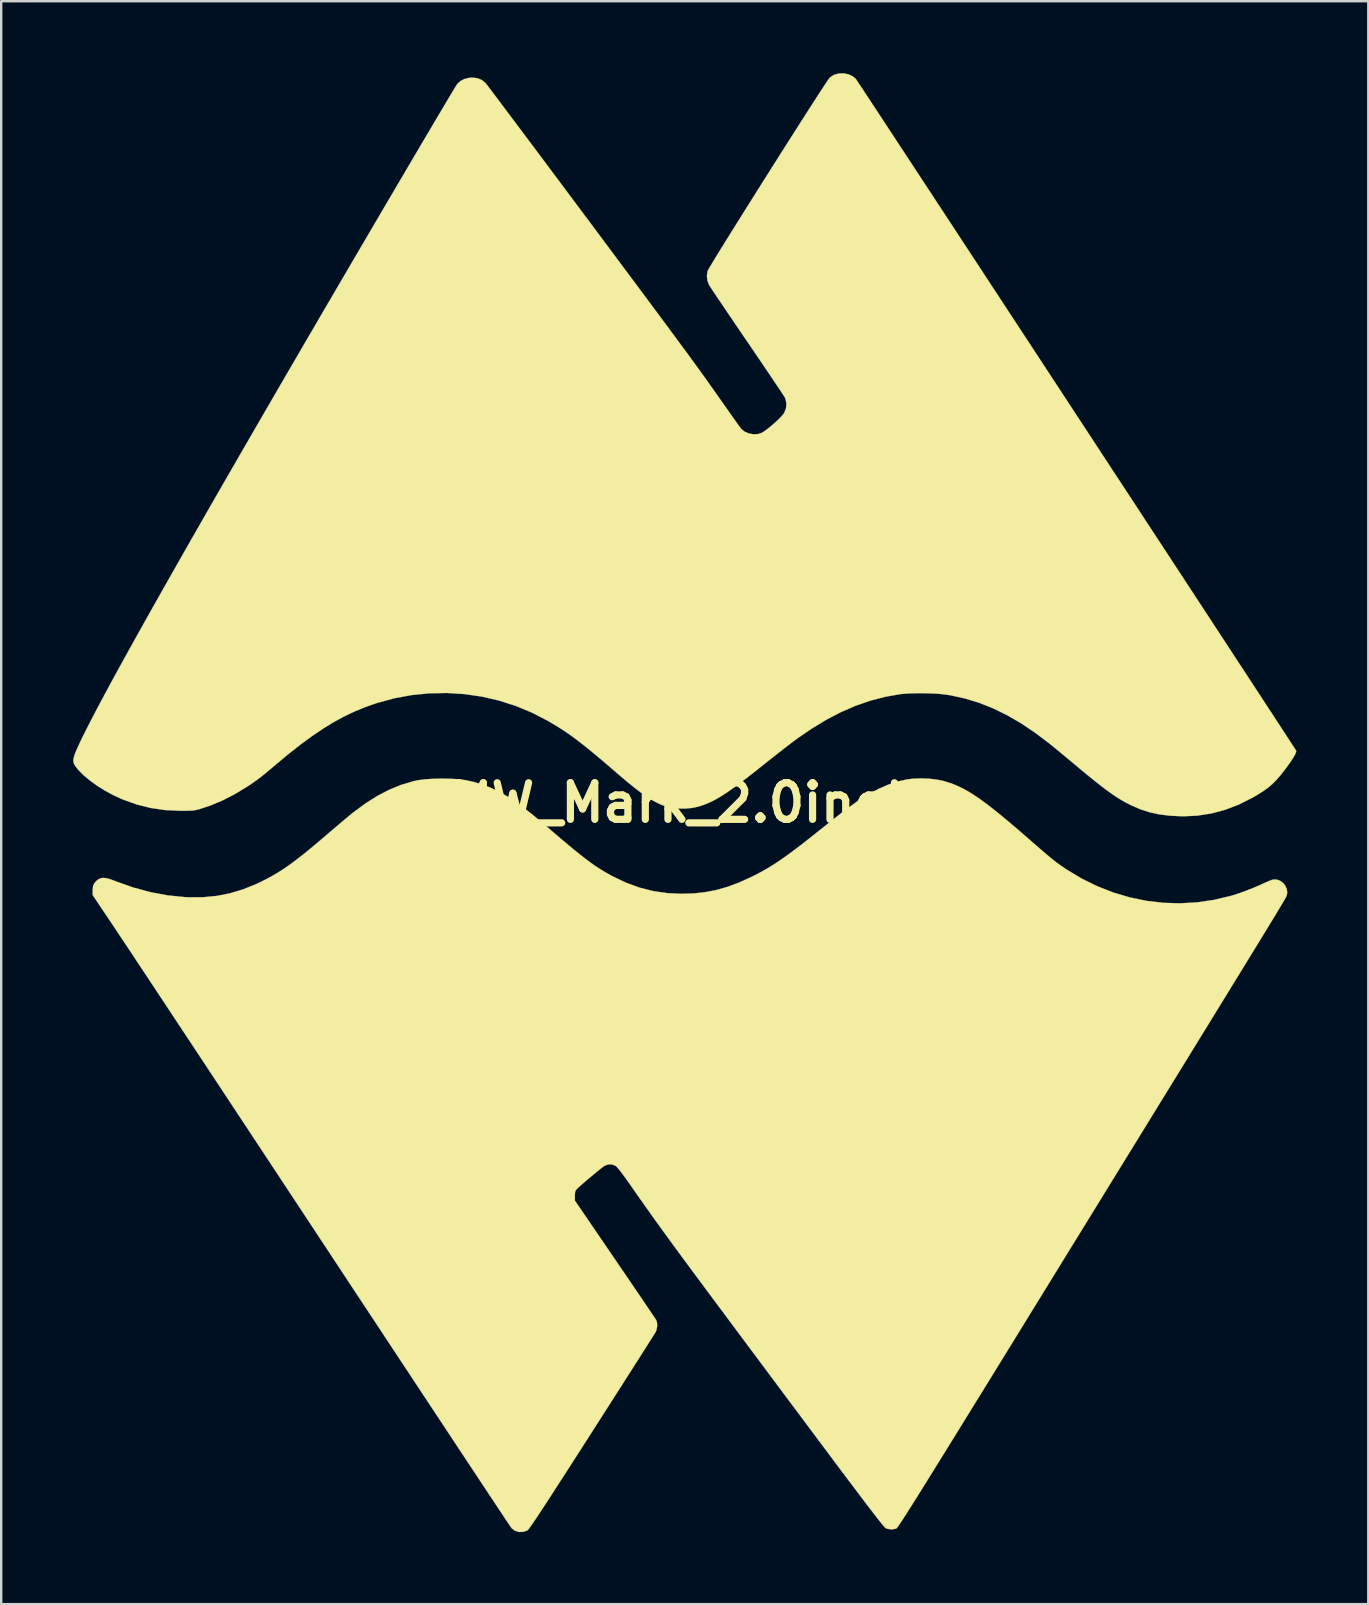
<source format=kicad_pcb>
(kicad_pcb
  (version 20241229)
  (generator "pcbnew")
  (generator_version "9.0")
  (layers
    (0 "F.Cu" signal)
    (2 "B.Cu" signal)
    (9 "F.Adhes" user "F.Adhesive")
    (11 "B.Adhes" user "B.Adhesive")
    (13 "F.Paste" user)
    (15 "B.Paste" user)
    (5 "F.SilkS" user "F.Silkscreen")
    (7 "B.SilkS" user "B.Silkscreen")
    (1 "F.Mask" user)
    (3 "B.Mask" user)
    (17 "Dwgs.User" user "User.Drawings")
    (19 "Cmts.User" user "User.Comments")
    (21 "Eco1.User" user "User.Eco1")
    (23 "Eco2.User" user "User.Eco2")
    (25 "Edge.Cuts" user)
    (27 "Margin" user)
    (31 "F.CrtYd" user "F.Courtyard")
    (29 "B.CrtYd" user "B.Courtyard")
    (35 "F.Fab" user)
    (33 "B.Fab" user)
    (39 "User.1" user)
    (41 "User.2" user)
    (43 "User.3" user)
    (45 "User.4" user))
  (footprint "MW_Mark_2.0inch"
    (layer "F.Cu")
    (at 25.462 30.389)
    (property "Reference" "MW_Mark_2.0inch" (at 0 0 0) (layer "F.SilkS") (effects (font (size 1.524 1.524) (thickness 0.3))))
    (attr through_hole)
    (fp_poly (pts (xy 6.825 -30.345) (xy 7.007 -30.26) (xy 7.134 -30.153) (xy 7.154 -30.124) (xy 7.208 -30.043) (xy 7.295 -29.912) (xy 7.413 -29.734) (xy 7.56 -29.51) (xy 7.736 -29.242) (xy 7.94 -28.933) (xy 8.169 -28.584) (xy 8.424 -28.196) (xy 8.702 -27.773) (xy 9.003 -27.315) (xy 9.324 -26.825) (xy 9.666 -26.305) (xy 10.026 -25.756) (xy 10.404 -25.18) (xy 10.798 -24.58) (xy 11.207 -23.957) (xy 11.629 -23.313) (xy 12.064 -22.65) (xy 12.51 -21.97) (xy 12.966 -21.275) (xy 13.43 -20.567) (xy 13.902 -19.847) (xy 14.381 -19.118) (xy 14.864 -18.381) (xy 15.351 -17.638) (xy 15.84 -16.892) (xy 16.33 -16.144) (xy 16.821 -15.396) (xy 17.31 -14.649) (xy 17.796 -13.907) (xy 18.279 -13.171) (xy 18.757 -12.442) (xy 19.228 -11.722) (xy 19.692 -11.014) (xy 20.147 -10.32) (xy 20.592 -9.641) (xy 21.025 -8.979) (xy 21.446 -8.336) (xy 21.854 -7.714) (xy 22.246 -7.115) (xy 22.622 -6.54) (xy 22.98 -5.993) (xy 23.32 -5.474) (xy 23.64 -4.985) (xy 23.938 -4.529) (xy 24.214 -4.107) (xy 24.466 -3.722) (xy 24.693 -3.374) (xy 24.894 -3.067) (xy 25.067 -2.801) (xy 25.212 -2.579) (xy 25.326 -2.403) (xy 25.41 -2.275) (xy 25.46 -2.196) (xy 25.476 -2.171) (xy 25.475 -2.116) (xy 25.434 -2.016) (xy 25.355 -1.878) (xy 25.242 -1.704) (xy 25.096 -1.5) (xy 25.034 -1.416) (xy 24.84 -1.168) (xy 24.663 -0.962) (xy 24.49 -0.786) (xy 24.307 -0.63) (xy 24.102 -0.483) (xy 23.861 -0.332) (xy 23.629 -0.198) (xy 23.076 0.079) (xy 22.516 0.293) (xy 21.947 0.444) (xy 21.365 0.534) (xy 20.768 0.563) (xy 20.214 0.537) (xy 19.773 0.482) (xy 19.37 0.394) (xy 18.985 0.269) (xy 18.598 0.1) (xy 18.541 0.072) (xy 18.36 -0.022) (xy 18.181 -0.124) (xy 17.996 -0.239) (xy 17.801 -0.37) (xy 17.591 -0.521) (xy 17.358 -0.697) (xy 17.099 -0.901) (xy 16.807 -1.138) (xy 16.476 -1.411) (xy 16.281 -1.575) (xy 16.074 -1.748) (xy 15.865 -1.922) (xy 15.665 -2.088) (xy 15.482 -2.238) (xy 15.328 -2.365) (xy 15.21 -2.46) (xy 15.192 -2.474) (xy 14.594 -2.926) (xy 14.009 -3.318) (xy 13.431 -3.653) (xy 12.856 -3.934) (xy 12.279 -4.163) (xy 11.695 -4.342) (xy 11.1 -4.473) (xy 10.886 -4.508) (xy 10.676 -4.532) (xy 10.421 -4.55) (xy 10.137 -4.561) (xy 9.842 -4.565) (xy 9.553 -4.562) (xy 9.286 -4.552) (xy 9.058 -4.534) (xy 8.976 -4.524) (xy 8.352 -4.414) (xy 7.738 -4.254) (xy 7.13 -4.044) (xy 6.522 -3.78) (xy 5.911 -3.462) (xy 5.291 -3.086) (xy 4.712 -2.69) (xy 4.593 -2.603) (xy 4.435 -2.483) (xy 4.243 -2.336) (xy 4.029 -2.169) (xy 3.799 -1.989) (xy 3.563 -1.803) (xy 3.349 -1.633) (xy 2.961 -1.324) (xy 2.617 -1.054) (xy 2.31 -0.821) (xy 2.037 -0.619) (xy 1.792 -0.448) (xy 1.571 -0.303) (xy 1.369 -0.181) (xy 1.181 -0.079) (xy 1.003 0.005) (xy 0.829 0.075) (xy 0.654 0.135) (xy 0.556 0.164) (xy 0.316 0.214) (xy 0.046 0.239) (xy -0.232 0.24) (xy -0.495 0.216) (xy -0.722 0.167) (xy -0.732 0.164) (xy -0.929 0.095) (xy -1.127 0.007) (xy -1.333 -0.102) (xy -1.552 -0.238) (xy -1.79 -0.404) (xy -2.052 -0.603) (xy -2.346 -0.84) (xy -2.675 -1.119) (xy -2.766 -1.196) (xy -3.145 -1.523) (xy -3.483 -1.812) (xy -3.786 -2.065) (xy -4.059 -2.289) (xy -4.308 -2.486) (xy -4.539 -2.662) (xy -4.756 -2.821) (xy -4.967 -2.966) (xy -5.176 -3.103) (xy -5.39 -3.235) (xy -5.613 -3.367) (xy -5.702 -3.419) (xy -6.356 -3.757) (xy -7.034 -4.037) (xy -7.731 -4.26) (xy -8.444 -4.424) (xy -9.168 -4.529) (xy -9.9 -4.575) (xy -10.634 -4.561) (xy -11.366 -4.487) (xy -12.093 -4.353) (xy -12.811 -4.157) (xy -12.837 -4.149) (xy -13.29 -3.99) (xy -13.733 -3.808) (xy -14.172 -3.6) (xy -14.611 -3.361) (xy -15.058 -3.087) (xy -15.519 -2.776) (xy -15.997 -2.424) (xy -16.501 -2.028) (xy -17.035 -1.583) (xy -17.061 -1.561) (xy -17.289 -1.368) (xy -17.482 -1.208) (xy -17.653 -1.072) (xy -17.815 -0.95) (xy -17.979 -0.833) (xy -18.159 -0.712) (xy -18.241 -0.658) (xy -18.735 -0.359) (xy -19.242 -0.099) (xy -19.75 0.114) (xy -20.196 0.262) (xy -20.297 0.288) (xy -20.392 0.308) (xy -20.494 0.321) (xy -20.617 0.328) (xy -20.774 0.332) (xy -20.978 0.332) (xy -21.023 0.332) (xy -21.641 0.302) (xy -22.236 0.215) (xy -22.817 0.069) (xy -23.394 -0.137) (xy -23.458 -0.164) (xy -23.803 -0.324) (xy -24.141 -0.508) (xy -24.464 -0.71) (xy -24.76 -0.923) (xy -25.02 -1.14) (xy -25.235 -1.354) (xy -25.354 -1.499) (xy -25.424 -1.61) (xy -25.457 -1.713) (xy -25.454 -1.826) (xy -25.415 -1.968) (xy -25.388 -2.044) (xy -25.307 -2.241) (xy -25.193 -2.491) (xy -25.047 -2.794) (xy -24.868 -3.151) (xy -24.657 -3.561) (xy -24.415 -4.023) (xy -24.14 -4.537) (xy -23.834 -5.102) (xy -23.497 -5.719) (xy -23.128 -6.386) (xy -22.729 -7.103) (xy -22.3 -7.871) (xy -21.84 -8.687) (xy -21.349 -9.553) (xy -20.829 -10.468) (xy -20.28 -11.43) (xy -19.701 -12.441) (xy -19.092 -13.499) (xy -18.455 -14.603) (xy -17.789 -15.755) (xy -17.095 -16.952) (xy -16.372 -18.196) (xy -15.621 -19.485) (xy -15.364 -19.925) (xy -15.038 -20.485) (xy -14.706 -21.051) (xy -14.372 -21.623) (xy -14.036 -22.197) (xy -13.7 -22.77) (xy -13.366 -23.34) (xy -13.035 -23.904) (xy -12.709 -24.46) (xy -12.39 -25.004) (xy -12.079 -25.533) (xy -11.777 -26.046) (xy -11.487 -26.539) (xy -11.209 -27.01) (xy -10.946 -27.456) (xy -10.699 -27.874) (xy -10.47 -28.262) (xy -10.26 -28.617) (xy -10.071 -28.935) (xy -9.905 -29.215) (xy -9.763 -29.454) (xy -9.646 -29.648) (xy -9.557 -29.796) (xy -9.496 -29.894) (xy -9.466 -29.94) (xy -9.466 -29.94) (xy -9.341 -30.059) (xy -9.174 -30.146) (xy -8.98 -30.196) (xy -8.85 -30.206) (xy -8.633 -30.183) (xy -8.453 -30.113) (xy -8.3 -29.992) (xy -8.288 -29.979) (xy -8.259 -29.943) (xy -8.194 -29.859) (xy -8.095 -29.728) (xy -7.964 -29.554) (xy -7.802 -29.339) (xy -7.611 -29.085) (xy -7.394 -28.796) (xy -7.152 -28.473) (xy -6.887 -28.12) (xy -6.601 -27.737) (xy -6.295 -27.33) (xy -5.973 -26.898) (xy -5.635 -26.446) (xy -5.284 -25.976) (xy -4.921 -25.49) (xy -4.549 -24.991) (xy -4.486 -24.907) (xy -3.973 -24.219) (xy -3.496 -23.58) (xy -3.054 -22.987) (xy -2.645 -22.438) (xy -2.267 -21.93) (xy -1.918 -21.462) (xy -1.597 -21.031) (xy -1.302 -20.634) (xy -1.031 -20.269) (xy -0.783 -19.934) (xy -0.555 -19.626) (xy -0.346 -19.343) (xy -0.154 -19.083) (xy 0.023 -18.844) (xy 0.186 -18.622) (xy 0.336 -18.416) (xy 0.477 -18.222) (xy 0.609 -18.04) (xy 0.734 -17.866) (xy 0.855 -17.699) (xy 0.972 -17.535) (xy 1.087 -17.372) (xy 1.203 -17.209) (xy 1.321 -17.042) (xy 1.442 -16.869) (xy 1.569 -16.688) (xy 1.654 -16.567) (xy 1.807 -16.35) (xy 1.951 -16.146) (xy 2.081 -15.963) (xy 2.192 -15.807) (xy 2.281 -15.684) (xy 2.342 -15.602) (xy 2.368 -15.568) (xy 2.503 -15.46) (xy 2.675 -15.386) (xy 2.864 -15.35) (xy 3.052 -15.358) (xy 3.199 -15.402) (xy 3.301 -15.461) (xy 3.432 -15.555) (xy 3.58 -15.672) (xy 3.733 -15.803) (xy 3.88 -15.937) (xy 4.007 -16.064) (xy 4.104 -16.172) (xy 4.151 -16.238) (xy 4.226 -16.426) (xy 4.246 -16.623) (xy 4.209 -16.813) (xy 4.178 -16.886) (xy 4.15 -16.931) (xy 4.089 -17.025) (xy 3.998 -17.163) (xy 3.879 -17.341) (xy 3.735 -17.555) (xy 3.569 -17.802) (xy 3.384 -18.076) (xy 3.183 -18.374) (xy 2.967 -18.691) (xy 2.741 -19.025) (xy 2.593 -19.241) (xy 2.361 -19.581) (xy 2.139 -19.909) (xy 1.929 -20.219) (xy 1.733 -20.507) (xy 1.555 -20.771) (xy 1.398 -21.004) (xy 1.263 -21.204) (xy 1.155 -21.367) (xy 1.075 -21.487) (xy 1.027 -21.562) (xy 1.014 -21.584) (xy 0.952 -21.759) (xy 0.933 -21.955) (xy 0.96 -22.142) (xy 0.963 -22.153) (xy 0.986 -22.199) (xy 1.041 -22.295) (xy 1.125 -22.436) (xy 1.236 -22.62) (xy 1.373 -22.843) (xy 1.532 -23.101) (xy 1.711 -23.39) (xy 1.908 -23.707) (xy 2.121 -24.047) (xy 2.347 -24.408) (xy 2.584 -24.786) (xy 2.829 -25.176) (xy 3.081 -25.576) (xy 3.336 -25.981) (xy 3.593 -26.388) (xy 3.85 -26.793) (xy 4.103 -27.193) (xy 4.351 -27.583) (xy 4.591 -27.96) (xy 4.821 -28.321) (xy 5.039 -28.662) (xy 5.242 -28.978) (xy 5.428 -29.267) (xy 5.594 -29.524) (xy 5.739 -29.747) (xy 5.86 -29.931) (xy 5.954 -30.072) (xy 6.02 -30.167) (xy 6.055 -30.212) (xy 6.057 -30.214) (xy 6.226 -30.32) (xy 6.42 -30.376) (xy 6.625 -30.384) (xy 6.825 -30.345)) (stroke (width 0.01) (type solid)) (fill yes) (layer "F.SilkS"))
    (fp_poly (pts (xy 10.166 -1.005) (xy 10.47 -0.973) (xy 10.74 -0.921) (xy 10.79 -0.908) (xy 11 -0.845) (xy 11.205 -0.772) (xy 11.41 -0.685) (xy 11.619 -0.583) (xy 11.836 -0.462) (xy 12.064 -0.319) (xy 12.31 -0.152) (xy 12.575 0.042) (xy 12.865 0.266) (xy 13.183 0.522) (xy 13.534 0.815) (xy 13.922 1.145) (xy 14.35 1.517) (xy 14.419 1.577) (xy 14.678 1.804) (xy 14.898 1.994) (xy 15.083 2.152) (xy 15.243 2.285) (xy 15.383 2.398) (xy 15.511 2.497) (xy 15.634 2.586) (xy 15.758 2.673) (xy 15.891 2.762) (xy 15.919 2.781) (xy 16.549 3.159) (xy 17.199 3.478) (xy 17.867 3.739) (xy 18.549 3.941) (xy 19.241 4.084) (xy 19.94 4.166) (xy 20.643 4.187) (xy 21.347 4.147) (xy 22.048 4.045) (xy 22.742 3.881) (xy 22.806 3.863) (xy 23.079 3.776) (xy 23.384 3.666) (xy 23.7 3.541) (xy 24.003 3.41) (xy 24.102 3.365) (xy 24.24 3.303) (xy 24.366 3.249) (xy 24.463 3.212) (xy 24.505 3.2) (xy 24.659 3.196) (xy 24.803 3.244) (xy 24.929 3.335) (xy 25.027 3.457) (xy 25.088 3.599) (xy 25.105 3.751) (xy 25.073 3.886) (xy 25.065 3.904) (xy 25.052 3.929) (xy 25.033 3.964) (xy 25.008 4.009) (xy 24.975 4.066) (xy 24.934 4.136) (xy 24.883 4.221) (xy 24.823 4.322) (xy 24.752 4.44) (xy 24.67 4.577) (xy 24.575 4.733) (xy 24.467 4.911) (xy 24.345 5.112) (xy 24.208 5.336) (xy 24.055 5.586) (xy 23.886 5.863) (xy 23.699 6.167) (xy 23.494 6.502) (xy 23.27 6.867) (xy 23.027 7.264) (xy 22.762 7.694) (xy 22.476 8.16) (xy 22.168 8.661) (xy 21.837 9.201) (xy 21.481 9.779) (xy 21.101 10.397) (xy 20.695 11.057) (xy 20.262 11.76) (xy 19.802 12.507) (xy 19.315 13.3) (xy 18.798 14.14) (xy 18.251 15.028) (xy 17.673 15.966) (xy 17.065 16.955) (xy 16.424 17.996) (xy 16.212 18.339) (xy 15.619 19.302) (xy 15.059 20.213) (xy 14.529 21.072) (xy 14.031 21.882) (xy 13.562 22.643) (xy 13.122 23.357) (xy 12.71 24.026) (xy 12.325 24.65) (xy 11.965 25.232) (xy 11.632 25.773) (xy 11.322 26.275) (xy 11.035 26.738) (xy 10.771 27.164) (xy 10.529 27.556) (xy 10.307 27.913) (xy 10.105 28.238) (xy 9.922 28.532) (xy 9.756 28.797) (xy 9.608 29.034) (xy 9.476 29.245) (xy 9.358 29.43) (xy 9.256 29.592) (xy 9.166 29.732) (xy 9.089 29.851) (xy 9.023 29.951) (xy 8.968 30.033) (xy 8.923 30.099) (xy 8.886 30.15) (xy 8.858 30.188) (xy 8.836 30.214) (xy 8.821 30.229) (xy 8.811 30.235) (xy 8.627 30.268) (xy 8.448 30.24) (xy 8.387 30.216) (xy 8.368 30.202) (xy 8.338 30.172) (xy 8.294 30.123) (xy 8.237 30.056) (xy 8.164 29.966) (xy 8.074 29.853) (xy 7.966 29.714) (xy 7.838 29.549) (xy 7.689 29.354) (xy 7.517 29.129) (xy 7.321 28.87) (xy 7.1 28.577) (xy 6.852 28.248) (xy 6.576 27.88) (xy 6.27 27.473) (xy 5.934 27.023) (xy 5.565 26.529) (xy 5.162 25.99) (xy 4.724 25.403) (xy 4.283 24.813) (xy 3.754 24.104) (xy 3.262 23.443) (xy 2.804 22.829) (xy 2.378 22.259) (xy 1.984 21.73) (xy 1.62 21.24) (xy 1.282 20.787) (xy 0.971 20.368) (xy 0.683 19.981) (xy 0.418 19.623) (xy 0.173 19.292) (xy -0.053 18.986) (xy -0.262 18.702) (xy -0.456 18.438) (xy -0.636 18.191) (xy -0.805 17.959) (xy -0.964 17.741) (xy -1.114 17.532) (xy -1.259 17.331) (xy -1.398 17.136) (xy -1.535 16.943) (xy -1.671 16.752) (xy -1.807 16.558) (xy -1.946 16.361) (xy -2.088 16.157) (xy -2.237 15.944) (xy -2.313 15.835) (xy -2.456 15.633) (xy -2.587 15.455) (xy -2.7 15.308) (xy -2.79 15.2) (xy -2.851 15.136) (xy -2.863 15.127) (xy -3.009 15.065) (xy -3.166 15.06) (xy -3.32 15.113) (xy -3.356 15.136) (xy -3.425 15.187) (xy -3.53 15.27) (xy -3.662 15.377) (xy -3.811 15.5) (xy -3.966 15.63) (xy -4.118 15.759) (xy -4.257 15.879) (xy -4.373 15.981) (xy -4.456 16.056) (xy -4.488 16.088) (xy -4.534 16.149) (xy -4.558 16.219) (xy -4.567 16.32) (xy -4.568 16.371) (xy -4.568 16.567) (xy -2.892 19.022) (xy -2.649 19.378) (xy -2.416 19.72) (xy -2.195 20.045) (xy -1.989 20.348) (xy -1.8 20.625) (xy -1.632 20.874) (xy -1.486 21.089) (xy -1.365 21.268) (xy -1.272 21.406) (xy -1.209 21.5) (xy -1.179 21.546) (xy -1.177 21.549) (xy -1.142 21.669) (xy -1.14 21.815) (xy -1.17 21.962) (xy -1.203 22.042) (xy -1.228 22.083) (xy -1.285 22.175) (xy -1.373 22.314) (xy -1.489 22.497) (xy -1.631 22.722) (xy -1.799 22.986) (xy -1.989 23.284) (xy -2.2 23.615) (xy -2.43 23.975) (xy -2.676 24.362) (xy -2.938 24.771) (xy -3.212 25.201) (xy -3.498 25.648) (xy -3.793 26.108) (xy -3.858 26.21) (xy -4.229 26.79) (xy -4.568 27.317) (xy -4.874 27.794) (xy -5.151 28.223) (xy -5.398 28.606) (xy -5.617 28.945) (xy -5.81 29.241) (xy -5.977 29.496) (xy -6.12 29.713) (xy -6.24 29.892) (xy -6.339 30.037) (xy -6.417 30.149) (xy -6.475 30.229) (xy -6.516 30.28) (xy -6.54 30.304) (xy -6.541 30.305) (xy -6.711 30.367) (xy -6.884 30.374) (xy -6.923 30.366) (xy -7.075 30.312) (xy -7.194 30.221) (xy -7.212 30.201) (xy -7.234 30.17) (xy -7.29 30.087) (xy -7.379 29.955) (xy -7.499 29.774) (xy -7.65 29.547) (xy -7.83 29.276) (xy -8.038 28.962) (xy -8.273 28.606) (xy -8.535 28.211) (xy -8.821 27.779) (xy -9.131 27.31) (xy -9.464 26.807) (xy -9.818 26.272) (xy -10.192 25.705) (xy -10.586 25.11) (xy -10.998 24.487) (xy -11.426 23.838) (xy -11.871 23.165) (xy -12.33 22.47) (xy -12.802 21.754) (xy -13.287 21.02) (xy -13.784 20.268) (xy -14.29 19.501) (xy -14.805 18.72) (xy -14.976 18.461) (xy -15.503 17.662) (xy -16.026 16.87) (xy -16.542 16.088) (xy -17.051 15.316) (xy -17.552 14.558) (xy -18.042 13.815) (xy -18.522 13.089) (xy -18.988 12.383) (xy -19.441 11.697) (xy -19.878 11.035) (xy -20.299 10.398) (xy -20.702 9.789) (xy -21.086 9.208) (xy -21.449 8.659) (xy -21.791 8.142) (xy -22.109 7.661) (xy -22.403 7.217) (xy -22.671 6.813) (xy -22.911 6.449) (xy -23.124 6.129) (xy -23.306 5.854) (xy -23.458 5.626) (xy -23.577 5.447) (xy -23.662 5.319) (xy -23.662 5.319) (xy -24.652 3.842) (xy -24.652 3.642) (xy -24.638 3.48) (xy -24.588 3.356) (xy -24.494 3.25) (xy -24.439 3.205) (xy -24.349 3.153) (xy -24.249 3.128) (xy -24.13 3.132) (xy -23.981 3.165) (xy -23.793 3.229) (xy -23.681 3.273) (xy -22.966 3.527) (xy -22.247 3.722) (xy -21.528 3.856) (xy -20.814 3.928) (xy -20.641 3.936) (xy -20.049 3.933) (xy -19.482 3.878) (xy -18.929 3.769) (xy -18.382 3.604) (xy -17.831 3.381) (xy -17.618 3.279) (xy -17.371 3.154) (xy -17.134 3.024) (xy -16.902 2.885) (xy -16.666 2.733) (xy -16.421 2.562) (xy -16.161 2.368) (xy -15.879 2.148) (xy -15.569 1.895) (xy -15.224 1.606) (xy -14.948 1.37) (xy -14.736 1.189) (xy -14.525 1.009) (xy -14.324 0.839) (xy -14.14 0.684) (xy -13.982 0.553) (xy -13.86 0.452) (xy -13.814 0.415) (xy -13.304 0.036) (xy -12.802 -0.283) (xy -12.302 -0.543) (xy -11.802 -0.748) (xy -11.296 -0.898) (xy -11.161 -0.929) (xy -10.963 -0.961) (xy -10.718 -0.985) (xy -10.44 -1) (xy -10.146 -1.006) (xy -9.85 -1.003) (xy -9.569 -0.992) (xy -9.317 -0.971) (xy -9.119 -0.943) (xy -8.769 -0.866) (xy -8.432 -0.766) (xy -8.1 -0.639) (xy -7.767 -0.483) (xy -7.428 -0.293) (xy -7.077 -0.067) (xy -6.706 0.2) (xy -6.309 0.511) (xy -5.882 0.869) (xy -5.857 0.89) (xy -5.48 1.214) (xy -5.146 1.499) (xy -4.849 1.749) (xy -4.586 1.967) (xy -4.35 2.157) (xy -4.138 2.323) (xy -3.944 2.468) (xy -3.764 2.597) (xy -3.592 2.712) (xy -3.425 2.817) (xy -3.256 2.917) (xy -3.082 3.014) (xy -2.979 3.069) (xy -2.425 3.333) (xy -1.869 3.535) (xy -1.304 3.678) (xy -0.722 3.762) (xy -0.127 3.79) (xy 0.384 3.774) (xy 0.868 3.722) (xy 1.336 3.631) (xy 1.803 3.497) (xy 2.281 3.318) (xy 2.783 3.09) (xy 2.785 3.089) (xy 3.026 2.967) (xy 3.258 2.843) (xy 3.486 2.712) (xy 3.716 2.569) (xy 3.956 2.411) (xy 4.211 2.233) (xy 4.488 2.031) (xy 4.792 1.801) (xy 5.13 1.538) (xy 5.509 1.238) (xy 5.586 1.176) (xy 5.803 1.003) (xy 6.018 0.832) (xy 6.221 0.671) (xy 6.406 0.526) (xy 6.562 0.403) (xy 6.682 0.31) (xy 6.732 0.272) (xy 7.198 -0.061) (xy 7.64 -0.341) (xy 8.062 -0.57) (xy 8.471 -0.75) (xy 8.872 -0.884) (xy 9.269 -0.974) (xy 9.271 -0.975) (xy 9.544 -1.007) (xy 9.85 -1.016) (xy 10.166 -1.005)) (stroke (width 0.01) (type solid)) (fill yes) (layer "F.SilkS")))
  (gr_rect
    (start -3 -3)
    (end 53.943 63.768)
    (stroke (width 0.1) (type default))
    (fill no)
    (layer "Edge.Cuts")))
</source>
